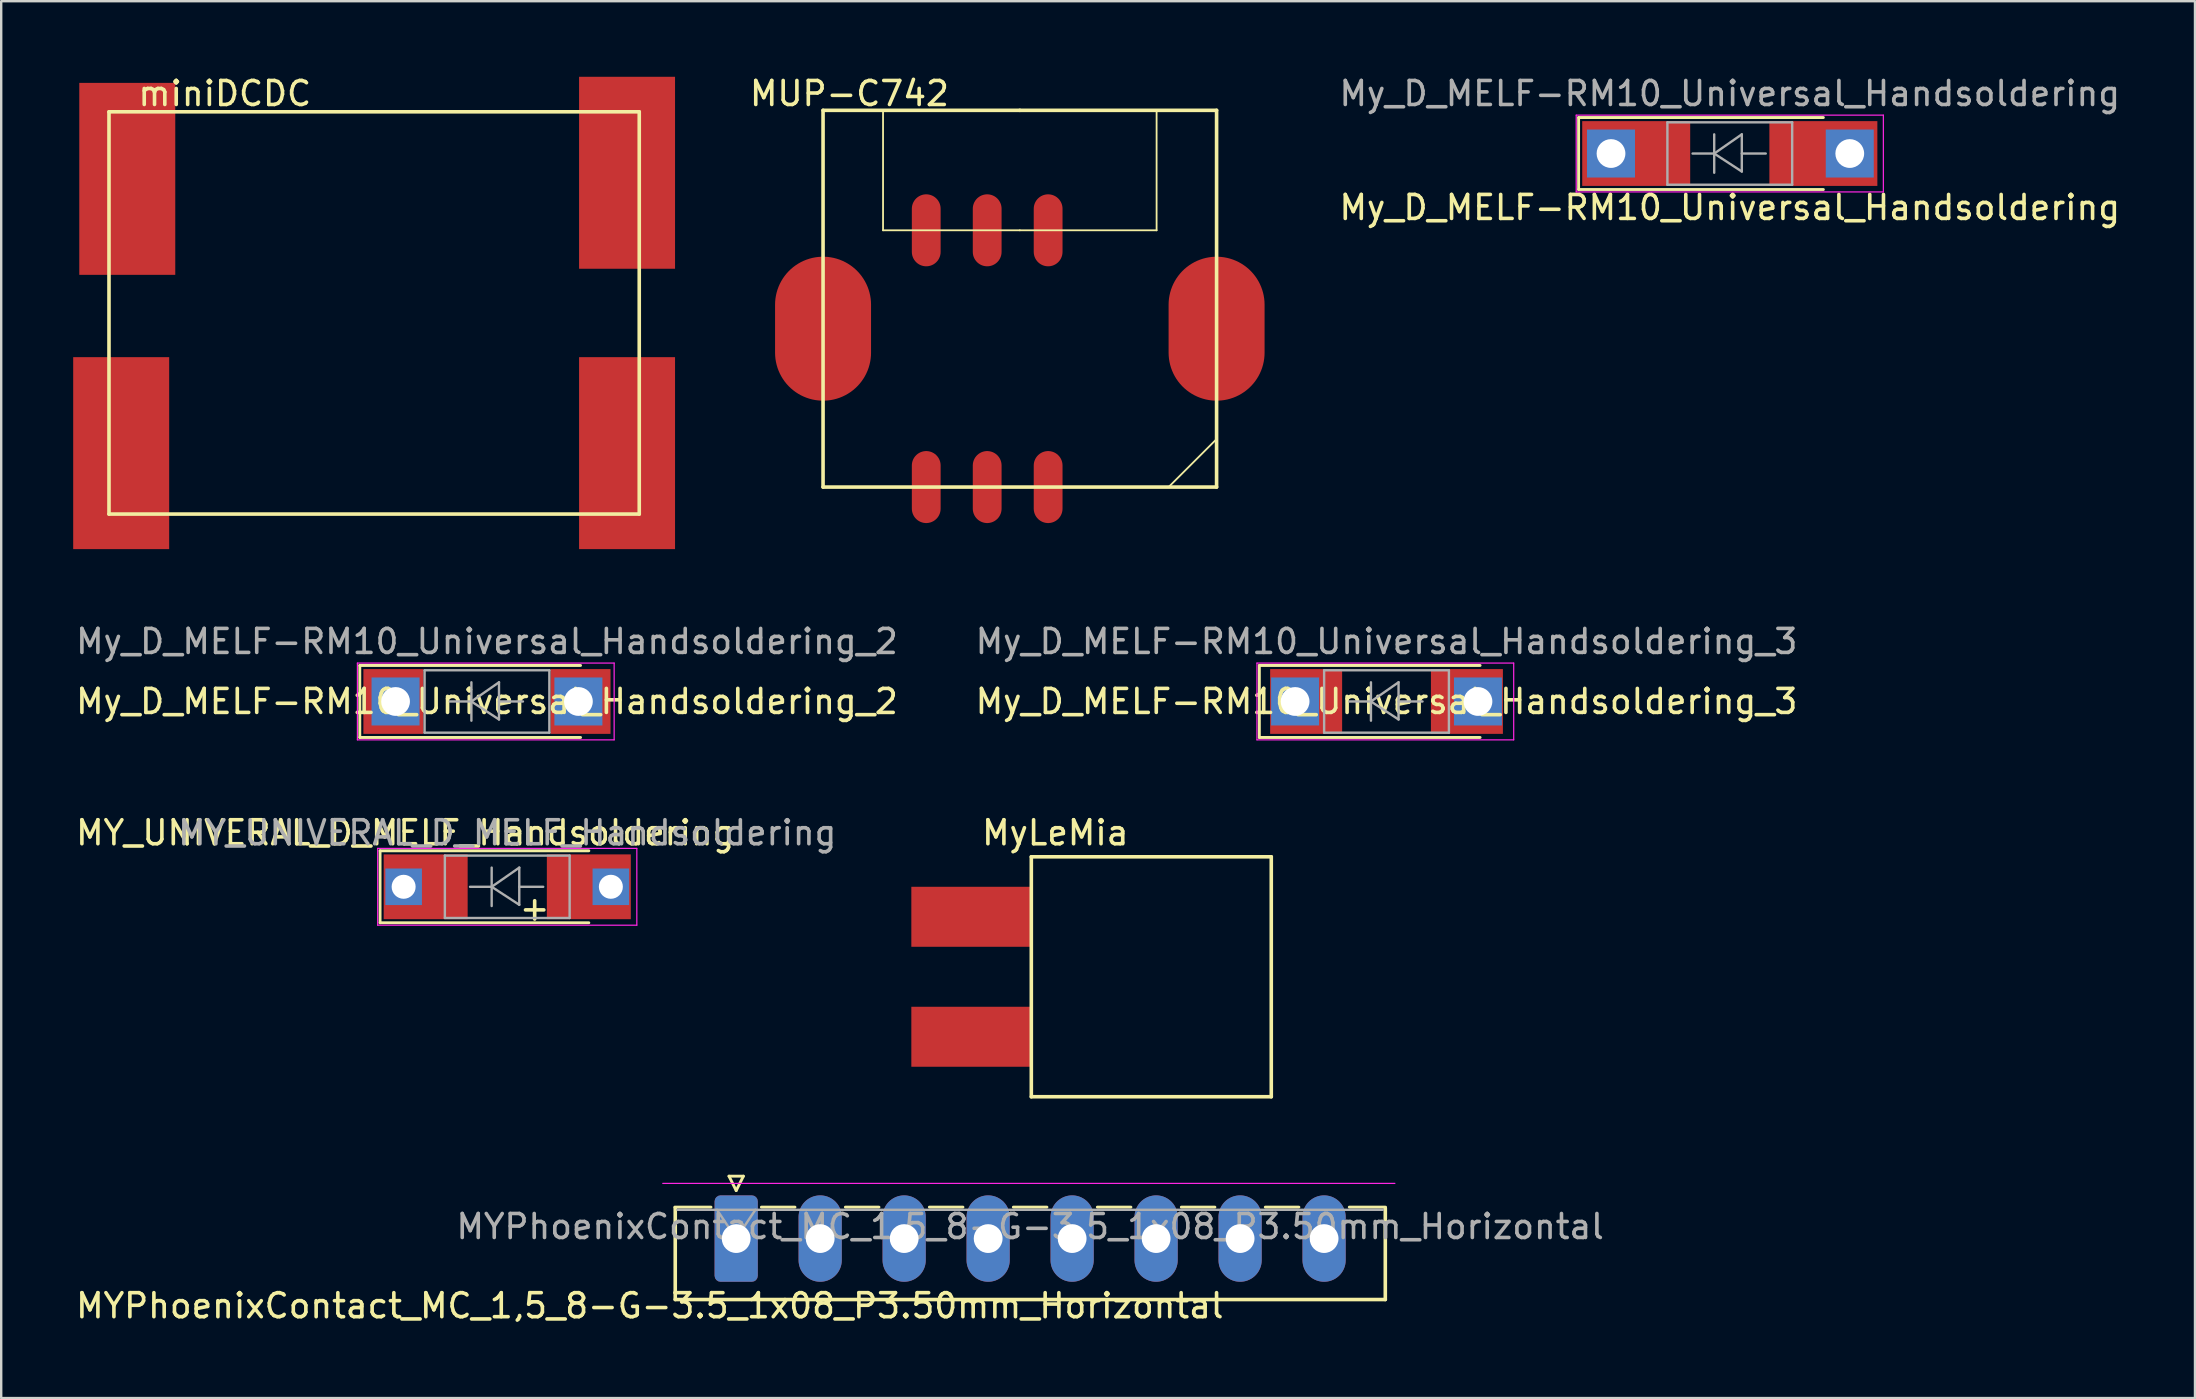
<source format=kicad_pcb>
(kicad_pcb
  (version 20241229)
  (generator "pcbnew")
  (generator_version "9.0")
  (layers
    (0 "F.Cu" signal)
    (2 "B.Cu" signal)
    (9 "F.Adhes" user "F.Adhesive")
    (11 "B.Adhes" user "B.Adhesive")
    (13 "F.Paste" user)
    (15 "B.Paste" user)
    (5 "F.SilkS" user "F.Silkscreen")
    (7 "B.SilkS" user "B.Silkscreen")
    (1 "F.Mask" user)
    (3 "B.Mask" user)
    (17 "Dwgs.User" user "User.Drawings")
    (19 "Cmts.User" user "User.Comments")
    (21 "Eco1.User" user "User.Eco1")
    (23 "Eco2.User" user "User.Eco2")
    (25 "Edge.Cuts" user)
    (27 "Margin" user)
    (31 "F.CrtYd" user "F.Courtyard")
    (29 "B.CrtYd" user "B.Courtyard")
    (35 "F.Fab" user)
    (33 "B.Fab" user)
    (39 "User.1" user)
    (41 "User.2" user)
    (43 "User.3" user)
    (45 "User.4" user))
  (footprint "My_D_MELF-RM10_Universal_Handsoldering"
    (layer "F.Cu")
    (at 69.037 3.348)
    (property "Reference" "My_D_MELF-RM10_Universal_Handsoldering" (at 0 2.25 0) (layer "F.SilkS") (effects (font (size 1 1) (thickness 0.15))))
    (attr through_hole)
    (fp_line (start -6.3 -1.5) (end -6.3 1.5) (stroke (width 0.12) (type solid)) (layer "F.SilkS"))
    (fp_line (start -6.3 1.5) (end 3.9 1.5) (stroke (width 0.12) (type solid)) (layer "F.SilkS"))
    (fp_line (start 3.9 -1.5) (end -6.3 -1.5) (stroke (width 0.12) (type solid)) (layer "F.SilkS"))
    (fp_line (start -6.4 -1.6) (end 6.4 -1.6) (stroke (width 0.05) (type solid)) (layer "F.CrtYd"))
    (fp_line (start -6.4 1.6) (end -6.4 -1.6) (stroke (width 0.05) (type solid)) (layer "F.CrtYd"))
    (fp_line (start 6.4 -1.6) (end 6.4 1.6) (stroke (width 0.05) (type solid)) (layer "F.CrtYd"))
    (fp_line (start 6.4 1.6) (end -6.4 1.6) (stroke (width 0.05) (type solid)) (layer "F.CrtYd"))
    (fp_line (start -2.6 -1.3) (end -2.6 1.3) (stroke (width 0.1) (type solid)) (layer "F.Fab"))
    (fp_line (start -2.6 1.3) (end 2.6 1.3) (stroke (width 0.1) (type solid)) (layer "F.Fab"))
    (fp_line (start -0.649 -0.799) (end -0.649 0.801) (stroke (width 0.1) (type solid)) (layer "F.Fab"))
    (fp_line (start -0.649 0.001) (end -1.551 0.001) (stroke (width 0.1) (type solid)) (layer "F.Fab"))
    (fp_line (start -0.649 0.001) (end 0.501 -0.799) (stroke (width 0.1) (type solid)) (layer "F.Fab"))
    (fp_line (start -0.649 0.001) (end 0.501 0.75) (stroke (width 0.1) (type solid)) (layer "F.Fab"))
    (fp_line (start 0.501 0.001) (end 1.499 0.001) (stroke (width 0.1) (type solid)) (layer "F.Fab"))
    (fp_line (start 0.501 0.75) (end 0.501 -0.799) (stroke (width 0.1) (type solid)) (layer "F.Fab"))
    (fp_line (start 2.6 -1.3) (end -2.6 -1.3) (stroke (width 0.1) (type solid)) (layer "F.Fab"))
    (fp_line (start 2.6 1.3) (end 2.6 -1.3) (stroke (width 0.1) (type solid)) (layer "F.Fab"))
    (fp_text user "${REFERENCE}" (at 0 -2.5 0) (layer "F.Fab") (effects (font (size 1 1) (thickness 0.15))))
    (pad "1" smd rect (at -5 0) (size 4.5 2.7) (drill (offset 1.1 0)) (layers "F.Cu" "F.Mask" "F.Paste"))
    (pad "1" thru_hole rect (at -4.95 0) (size 2 2) (drill 1.199) (layers "*.Cu" "*.Mask"))
    (pad "2" thru_hole rect (at 5 0) (size 2 2) (drill 1.199) (layers "*.Cu" "*.Mask"))
    (pad "2" smd rect (at 5 0 180) (size 4.5 2.7) (drill (offset 1.1 0)) (layers "F.Cu" "F.Mask" "F.Paste")))
  (footprint "My_D_MELF-RM10_Universal_Handsoldering_3"
    (layer "F.Cu")
    (at 54.732 26.183)
    (property "Reference" "My_D_MELF-RM10_Universal_Handsoldering_3" (at 0 0 0) (layer "F.SilkS") (effects (font (size 1 1) (thickness 0.15))))
    (attr through_hole)
    (fp_line (start -5.3 -1.5) (end -5.3 1.5) (stroke (width 0.12) (type solid)) (layer "F.SilkS"))
    (fp_line (start -5.3 1.5) (end 3.9 1.5) (stroke (width 0.12) (type solid)) (layer "F.SilkS"))
    (fp_line (start 3.9 -1.5) (end -5.3 -1.5) (stroke (width 0.12) (type solid)) (layer "F.SilkS"))
    (fp_line (start -5.4 -1.6) (end 5.3 -1.6) (stroke (width 0.05) (type solid)) (layer "F.CrtYd"))
    (fp_line (start -5.4 1.6) (end -5.4 -1.6) (stroke (width 0.05) (type solid)) (layer "F.CrtYd"))
    (fp_line (start 5.3 -1.6) (end 5.3 1.6) (stroke (width 0.05) (type solid)) (layer "F.CrtYd"))
    (fp_line (start 5.3 1.6) (end -5.4 1.6) (stroke (width 0.05) (type solid)) (layer "F.CrtYd"))
    (fp_line (start -2.6 -1.3) (end -2.6 1.3) (stroke (width 0.1) (type solid)) (layer "F.Fab"))
    (fp_line (start -2.6 1.3) (end 2.6 1.3) (stroke (width 0.1) (type solid)) (layer "F.Fab"))
    (fp_line (start -0.649 -0.799) (end -0.649 0.801) (stroke (width 0.1) (type solid)) (layer "F.Fab"))
    (fp_line (start -0.649 0.001) (end -1.551 0.001) (stroke (width 0.1) (type solid)) (layer "F.Fab"))
    (fp_line (start -0.649 0.001) (end 0.501 -0.799) (stroke (width 0.1) (type solid)) (layer "F.Fab"))
    (fp_line (start -0.649 0.001) (end 0.501 0.75) (stroke (width 0.1) (type solid)) (layer "F.Fab"))
    (fp_line (start 0.501 0.001) (end 1.499 0.001) (stroke (width 0.1) (type solid)) (layer "F.Fab"))
    (fp_line (start 0.501 0.75) (end 0.501 -0.799) (stroke (width 0.1) (type solid)) (layer "F.Fab"))
    (fp_line (start 2.6 -1.3) (end -2.6 -1.3) (stroke (width 0.1) (type solid)) (layer "F.Fab"))
    (fp_line (start 2.6 1.3) (end 2.6 -1.3) (stroke (width 0.1) (type solid)) (layer "F.Fab"))
    (fp_text user "${REFERENCE}" (at 0 -2.5 0) (layer "F.Fab") (effects (font (size 1 1) (thickness 0.15))))
    (pad "1" smd rect (at -4.45 0) (size 3 2.7) (drill (offset 1.1 0)) (layers "F.Cu" "F.Mask" "F.Paste"))
    (pad "1" thru_hole rect (at -3.81 0) (size 2 2) (drill 1.199) (layers "*.Cu" "*.Mask"))
    (pad "2" thru_hole rect (at 3.81 0) (size 2 2) (drill 1.199) (layers "*.Cu" "*.Mask"))
    (pad "2" smd rect (at 4.45 0 180) (size 3 2.7) (drill (offset 1.1 0)) (layers "F.Cu" "F.Mask" "F.Paste")))
  (footprint "MyLeMia"
    (layer "F.Cu")
    (at 39.929 42.656)
    (property "Reference" "MyLeMia" (at 1 -11 0) (layer "F.SilkS") (effects (font (size 1 1) (thickness 0.15))))
    (attr through_hole)
    (fp_line (start 0 -10) (end 0 0) (stroke (width 0.15) (type solid)) (layer "F.SilkS"))
    (fp_line (start 0 0) (end 10 0) (stroke (width 0.15) (type solid)) (layer "F.SilkS"))
    (fp_line (start 10 -10) (end 0 -10) (stroke (width 0.15) (type solid)) (layer "F.SilkS"))
    (fp_line (start 10 0) (end 10 -10) (stroke (width 0.15) (type solid)) (layer "F.SilkS"))
    (pad "1" smd rect (at -2.5 -7.5) (size 5 2.5) (layers "F.Cu" "F.Mask" "F.Paste"))
    (pad "2" smd trapezoid (at -2.5 -2.5) (size 5 2.5) (layers "F.Cu" "F.Mask" "F.Paste")))
  (footprint "miniDCDC"
    (layer "F.Cu")
    (at 1.492 18.374)
    (property "Reference" "miniDCDC" (at 4.826 -17.526 0) (layer "F.SilkS") (effects (font (size 1 1) (thickness 0.15))))
    (attr through_hole)
    (fp_line (start 0 -16.764) (end 22.098 -16.764) (stroke (width 0.15) (type solid)) (layer "F.SilkS"))
    (fp_line (start 0 0) (end 0 -16.764) (stroke (width 0.15) (type solid)) (layer "F.SilkS"))
    (fp_line (start 22.098 -16.764) (end 22.098 0) (stroke (width 0.15) (type solid)) (layer "F.SilkS"))
    (fp_line (start 22.098 0) (end 0 0) (stroke (width 0.15) (type solid)) (layer "F.SilkS"))
    (pad "1" smd rect (at 0.762 -13.97) (size 4 8) (layers "F.Cu" "F.Mask" "F.Paste"))
    (pad "2" smd rect (at 0.508 -2.54) (size 4 8) (layers "F.Cu" "F.Mask" "F.Paste"))
    (pad "3" smd rect (at 21.59 -2.54) (size 4 8) (layers "F.Cu" "F.Mask" "F.Paste"))
    (pad "4" smd rect (at 21.59 -14.224) (size 4 8) (layers "F.Cu" "F.Mask" "F.Paste")))
  (footprint "MUP-C742"
    (layer "F.Cu")
    (at 39.45 1.548)
    (property "Reference" "MUP-C742" (at -7.1 -0.7 0) (layer "F.SilkS") (effects (font (size 1 1) (thickness 0.15))))
    (attr through_hole)
    (fp_line (start -8.2 0) (end -8.2 15.7) (stroke (width 0.15) (type solid)) (layer "F.SilkS"))
    (fp_line (start -8.2 15.7) (end 8.2 15.7) (stroke (width 0.15) (type solid)) (layer "F.SilkS"))
    (fp_line (start -5.7 5) (end -5.7 0) (stroke (width 0.075) (type solid)) (layer "F.SilkS"))
    (fp_line (start 0 0) (end -8.2 0) (stroke (width 0.15) (type solid)) (layer "F.SilkS"))
    (fp_line (start 0 0) (end 8.2 0) (stroke (width 0.15) (type solid)) (layer "F.SilkS"))
    (fp_line (start 0 5) (end -5.7 5) (stroke (width 0.075) (type solid)) (layer "F.SilkS"))
    (fp_line (start 0 5) (end 5.7 5) (stroke (width 0.075) (type solid)) (layer "F.SilkS"))
    (fp_line (start 5.7 5) (end 5.7 0) (stroke (width 0.075) (type solid)) (layer "F.SilkS"))
    (fp_line (start 6.2 15.7) (end 8.2 13.7) (stroke (width 0.075) (type solid)) (layer "F.SilkS"))
    (fp_line (start 8.2 15.7) (end 8.2 0) (stroke (width 0.15) (type solid)) (layer "F.SilkS"))
    (pad "" smd oval (at -8.2 9.1) (size 4 6) (layers "F.Cu" "F.Mask" "F.Paste"))
    (pad "" smd oval (at 8.2 9.1) (size 4 6) (layers "F.Cu" "F.Mask" "F.Paste"))
    (pad "1" smd oval (at -3.9 15.7) (size 1.2 3) (layers "F.Cu" "F.Mask" "F.Paste"))
    (pad "2" smd oval (at -1.36 15.7) (size 1.2 3) (layers "F.Cu" "F.Mask" "F.Paste"))
    (pad "3" smd oval (at 1.18 15.7) (size 1.2 3) (layers "F.Cu" "F.Mask" "F.Paste"))
    (pad "4" smd oval (at 1.18 5) (size 1.2 3) (layers "F.Cu" "F.Mask" "F.Paste"))
    (pad "5" smd oval (at -1.36 5) (size 1.2 3) (layers "F.Cu" "F.Mask" "F.Paste"))
    (pad "6" smd oval (at -3.9 5) (size 1.2 3) (layers "F.Cu" "F.Mask" "F.Paste")))
  (footprint "MYPhoenixContact_MC_1,5_8-G-3.5_1x08_P3.50mm_Horizontal"
    (layer "F.Cu")
    (at 27.63 48.566)
    (property "Reference" "MYPhoenixContact_MC_1,5_8-G-3.5_1x08_P3.50mm_Horizontal" (at -3.6 2.8 0) (layer "F.SilkS") (effects (font (size 1 1) (thickness 0.15))))
    (attr through_hole)
    (fp_line (start -2.56 -1.31) (end -1.05 -1.31) (stroke (width 0.12) (type solid)) (layer "F.SilkS"))
    (fp_line (start -2.54 2.54) (end -2.54 -1.27) (stroke (width 0.15) (type solid)) (layer "F.SilkS"))
    (fp_line (start -2.54 2.54) (end 2.032 2.54) (stroke (width 0.15) (type solid)) (layer "F.SilkS"))
    (fp_line (start -0.3 -2.6) (end 0.3 -2.6) (stroke (width 0.12) (type solid)) (layer "F.SilkS"))
    (fp_line (start 0 -2) (end -0.3 -2.6) (stroke (width 0.12) (type solid)) (layer "F.SilkS"))
    (fp_line (start 0.3 -2.6) (end 0 -2) (stroke (width 0.12) (type solid)) (layer "F.SilkS"))
    (fp_line (start 1.05 -1.31) (end 2.45 -1.31) (stroke (width 0.12) (type solid)) (layer "F.SilkS"))
    (fp_line (start 2.032 2.54) (end 27.051 2.54) (stroke (width 0.15) (type solid)) (layer "F.SilkS"))
    (fp_line (start 4.55 -1.31) (end 5.95 -1.31) (stroke (width 0.12) (type solid)) (layer "F.SilkS"))
    (fp_line (start 8.05 -1.31) (end 9.45 -1.31) (stroke (width 0.12) (type solid)) (layer "F.SilkS"))
    (fp_line (start 11.55 -1.31) (end 12.95 -1.31) (stroke (width 0.12) (type solid)) (layer "F.SilkS"))
    (fp_line (start 15.05 -1.31) (end 16.45 -1.31) (stroke (width 0.12) (type solid)) (layer "F.SilkS"))
    (fp_line (start 18.55 -1.31) (end 19.95 -1.31) (stroke (width 0.12) (type solid)) (layer "F.SilkS"))
    (fp_line (start 22.05 -1.31) (end 23.45 -1.31) (stroke (width 0.12) (type solid)) (layer "F.SilkS"))
    (fp_line (start 27.051 2.54) (end 27.051 -1.27) (stroke (width 0.15) (type solid)) (layer "F.SilkS"))
    (fp_line (start 27.06 -1.31) (end 25.55 -1.31) (stroke (width 0.12) (type solid)) (layer "F.SilkS"))
    (fp_line (start 27.45 -2.3) (end -3.06 -2.3) (stroke (width 0.05) (type solid)) (layer "F.CrtYd"))
    (fp_line (start 0 0) (end -0.8 -1.2) (stroke (width 0.1) (type solid)) (layer "F.Fab"))
    (fp_line (start 0.8 -1.2) (end 0 0) (stroke (width 0.1) (type solid)) (layer "F.Fab"))
    (fp_line (start 26.95 -1.2) (end -2.45 -1.2) (stroke (width 0.1) (type solid)) (layer "F.Fab"))
    (fp_text user "${REFERENCE}" (at 12.25 -0.5 0) (layer "F.Fab") (effects (font (size 1 1) (thickness 0.15))))
    (pad "1" thru_hole roundrect (at 0 0) (size 1.8 3.6) (drill 1.2) (layers "*.Cu" "*.Mask") (roundrect_rratio 0.139))
    (pad "2" thru_hole oval (at 3.5 0) (size 1.8 3.6) (drill 1.2) (layers "*.Cu" "*.Mask"))
    (pad "3" thru_hole oval (at 7 0) (size 1.8 3.6) (drill 1.2) (layers "*.Cu" "*.Mask"))
    (pad "4" thru_hole oval (at 10.5 0) (size 1.8 3.6) (drill 1.2) (layers "*.Cu" "*.Mask"))
    (pad "5" thru_hole oval (at 14 0) (size 1.8 3.6) (drill 1.2) (layers "*.Cu" "*.Mask"))
    (pad "6" thru_hole oval (at 17.5 0) (size 1.8 3.6) (drill 1.2) (layers "*.Cu" "*.Mask"))
    (pad "7" thru_hole oval (at 21 0) (size 1.8 3.6) (drill 1.2) (layers "*.Cu" "*.Mask"))
    (pad "8" thru_hole oval (at 24.5 0) (size 1.8 3.6) (drill 1.2) (layers "*.Cu" "*.Mask")))
  (footprint "My_D_MELF-RM10_Universal_Handsoldering_2"
    (layer "F.Cu")
    (at 17.244 26.183)
    (property "Reference" "My_D_MELF-RM10_Universal_Handsoldering_2" (at 0 0 0) (layer "F.SilkS") (effects (font (size 1 1) (thickness 0.15))))
    (attr through_hole)
    (fp_line (start -5.3 -1.5) (end -5.3 1.5) (stroke (width 0.12) (type solid)) (layer "F.SilkS"))
    (fp_line (start -5.3 1.5) (end 3.9 1.5) (stroke (width 0.12) (type solid)) (layer "F.SilkS"))
    (fp_line (start 3.9 -1.5) (end -5.3 -1.5) (stroke (width 0.12) (type solid)) (layer "F.SilkS"))
    (fp_line (start -5.4 -1.6) (end 5.3 -1.6) (stroke (width 0.05) (type solid)) (layer "F.CrtYd"))
    (fp_line (start -5.4 1.6) (end -5.4 -1.6) (stroke (width 0.05) (type solid)) (layer "F.CrtYd"))
    (fp_line (start 5.3 -1.6) (end 5.3 1.6) (stroke (width 0.05) (type solid)) (layer "F.CrtYd"))
    (fp_line (start 5.3 1.6) (end -5.4 1.6) (stroke (width 0.05) (type solid)) (layer "F.CrtYd"))
    (fp_line (start -2.6 -1.3) (end -2.6 1.3) (stroke (width 0.1) (type solid)) (layer "F.Fab"))
    (fp_line (start -2.6 1.3) (end 2.6 1.3) (stroke (width 0.1) (type solid)) (layer "F.Fab"))
    (fp_line (start -0.649 -0.799) (end -0.649 0.801) (stroke (width 0.1) (type solid)) (layer "F.Fab"))
    (fp_line (start -0.649 0.001) (end -1.551 0.001) (stroke (width 0.1) (type solid)) (layer "F.Fab"))
    (fp_line (start -0.649 0.001) (end 0.501 -0.799) (stroke (width 0.1) (type solid)) (layer "F.Fab"))
    (fp_line (start -0.649 0.001) (end 0.501 0.75) (stroke (width 0.1) (type solid)) (layer "F.Fab"))
    (fp_line (start 0.501 0.001) (end 1.499 0.001) (stroke (width 0.1) (type solid)) (layer "F.Fab"))
    (fp_line (start 0.501 0.75) (end 0.501 -0.799) (stroke (width 0.1) (type solid)) (layer "F.Fab"))
    (fp_line (start 2.6 -1.3) (end -2.6 -1.3) (stroke (width 0.1) (type solid)) (layer "F.Fab"))
    (fp_line (start 2.6 1.3) (end 2.6 -1.3) (stroke (width 0.1) (type solid)) (layer "F.Fab"))
    (fp_text user "${REFERENCE}" (at 0 -2.5 0) (layer "F.Fab") (effects (font (size 1 1) (thickness 0.15))))
    (pad "1" smd rect (at -5 0) (size 2.5 2.7) (drill (offset 1.1 0)) (layers "F.Cu" "F.Mask" "F.Paste"))
    (pad "1" thru_hole rect (at -3.81 0) (size 2 2) (drill 1.199) (layers "*.Cu" "*.Mask"))
    (pad "2" thru_hole rect (at 3.81 0) (size 2 2) (drill 1.199) (layers "*.Cu" "*.Mask"))
    (pad "2" smd rect (at 5 0 180) (size 2.5 2.7) (drill (offset 1.1 0)) (layers "F.Cu" "F.Mask" "F.Paste")))
  (footprint "MY_UNIVERAL_D_MELF_Handsoldering"
    (layer "F.Cu")
    (at 18.089 33.906)
    (property "Reference" "MY_UNIVERAL_D_MELF_Handsoldering" (at -4.25 -2.25 0) (layer "F.SilkS") (effects (font (size 1 1) (thickness 0.15))))
    (attr smd)
    (fp_line (start -5.3 -1.5) (end -5.3 1.5) (stroke (width 0.12) (type solid)) (layer "F.SilkS"))
    (fp_line (start -5.3 1.5) (end 3.4 1.5) (stroke (width 0.12) (type solid)) (layer "F.SilkS"))
    (fp_line (start 3.4 -1.5) (end -5.3 -1.5) (stroke (width 0.12) (type solid)) (layer "F.SilkS"))
    (fp_line (start -5.4 -1.6) (end 5.4 -1.6) (stroke (width 0.05) (type solid)) (layer "F.CrtYd"))
    (fp_line (start -5.4 1.6) (end -5.4 -1.6) (stroke (width 0.05) (type solid)) (layer "F.CrtYd"))
    (fp_line (start 5.4 -1.6) (end 5.4 1.6) (stroke (width 0.05) (type solid)) (layer "F.CrtYd"))
    (fp_line (start 5.4 1.6) (end -5.4 1.6) (stroke (width 0.05) (type solid)) (layer "F.CrtYd"))
    (fp_line (start -2.6 -1.3) (end -2.6 1.3) (stroke (width 0.1) (type solid)) (layer "F.Fab"))
    (fp_line (start -2.6 1.3) (end 2.6 1.3) (stroke (width 0.1) (type solid)) (layer "F.Fab"))
    (fp_line (start -0.649 -0.799) (end -0.649 0.801) (stroke (width 0.1) (type solid)) (layer "F.Fab"))
    (fp_line (start -0.649 0.001) (end -1.551 0.001) (stroke (width 0.1) (type solid)) (layer "F.Fab"))
    (fp_line (start -0.649 0.001) (end 0.501 -0.799) (stroke (width 0.1) (type solid)) (layer "F.Fab"))
    (fp_line (start -0.649 0.001) (end 0.501 0.75) (stroke (width 0.1) (type solid)) (layer "F.Fab"))
    (fp_line (start 0.501 0.001) (end 1.499 0.001) (stroke (width 0.1) (type solid)) (layer "F.Fab"))
    (fp_line (start 0.501 0.75) (end 0.501 -0.799) (stroke (width 0.1) (type solid)) (layer "F.Fab"))
    (fp_line (start 2.6 -1.3) (end -2.6 -1.3) (stroke (width 0.1) (type solid)) (layer "F.Fab"))
    (fp_line (start 2.6 1.3) (end 2.6 -1.3) (stroke (width 0.1) (type solid)) (layer "F.Fab"))
    (fp_text user "+" (at 1.143 0.889 0) (layer "F.SilkS") (effects (font (size 1 1) (thickness 0.15))))
    (fp_text user "${REFERENCE}" (at 0 -2.25 0) (layer "F.Fab") (effects (font (size 1 1) (thickness 0.15))))
    (pad "1" thru_hole trapezoid (at -4.318 0) (size 1.524 1.524) (drill 1) (layers "*.Cu" "*.Mask"))
    (pad "1" smd rect (at -3.4 0) (size 3.5 2.7) (layers "F.Cu" "F.Mask" "F.Paste"))
    (pad "2" smd rect (at 3.4 0) (size 3.5 2.7) (layers "F.Cu" "F.Mask" "F.Paste"))
    (pad "2" thru_hole trapezoid (at 4.318 0) (size 1.524 1.524) (drill 1) (layers "*.Cu" "*.Mask")))
  (gr_rect
    (start -3 -3)
    (end 88.424 55.214)
    (stroke (width 0.1) (type default))
    (fill no)
    (layer "Edge.Cuts")))
</source>
